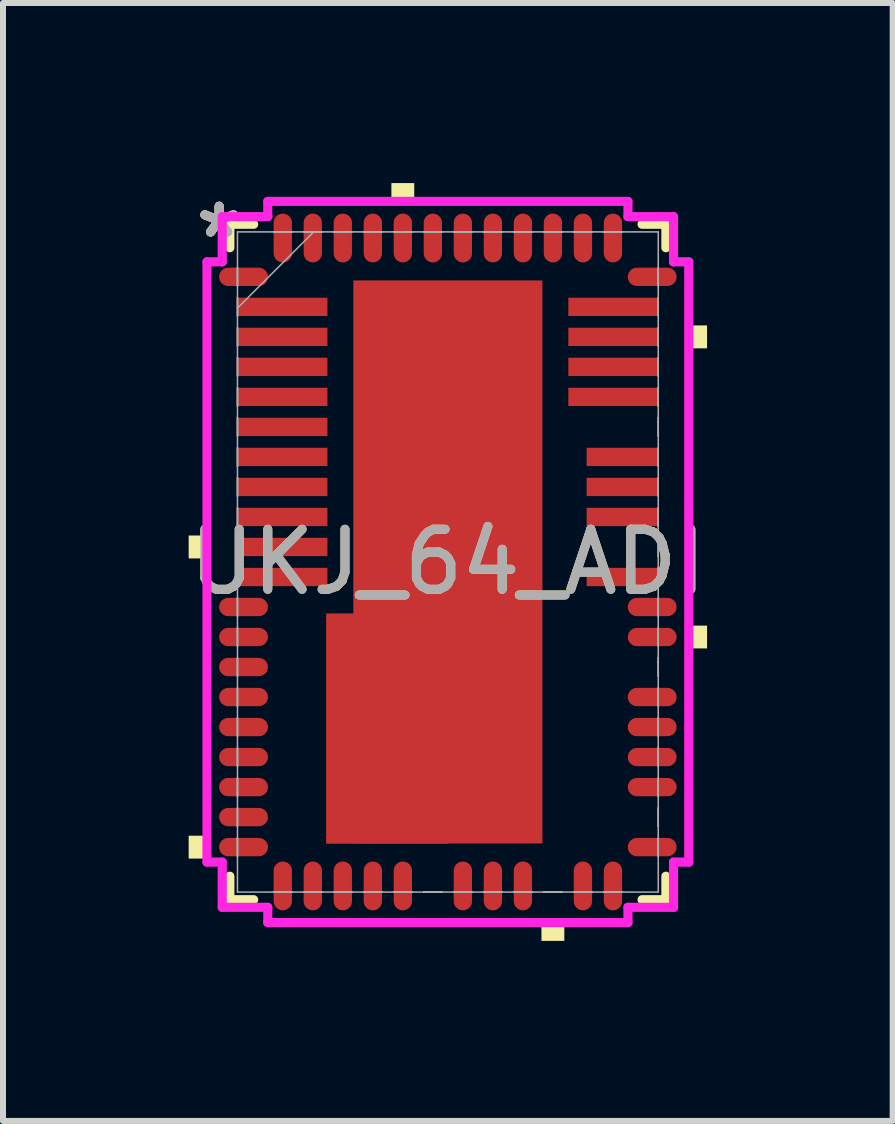
<source format=kicad_pcb>
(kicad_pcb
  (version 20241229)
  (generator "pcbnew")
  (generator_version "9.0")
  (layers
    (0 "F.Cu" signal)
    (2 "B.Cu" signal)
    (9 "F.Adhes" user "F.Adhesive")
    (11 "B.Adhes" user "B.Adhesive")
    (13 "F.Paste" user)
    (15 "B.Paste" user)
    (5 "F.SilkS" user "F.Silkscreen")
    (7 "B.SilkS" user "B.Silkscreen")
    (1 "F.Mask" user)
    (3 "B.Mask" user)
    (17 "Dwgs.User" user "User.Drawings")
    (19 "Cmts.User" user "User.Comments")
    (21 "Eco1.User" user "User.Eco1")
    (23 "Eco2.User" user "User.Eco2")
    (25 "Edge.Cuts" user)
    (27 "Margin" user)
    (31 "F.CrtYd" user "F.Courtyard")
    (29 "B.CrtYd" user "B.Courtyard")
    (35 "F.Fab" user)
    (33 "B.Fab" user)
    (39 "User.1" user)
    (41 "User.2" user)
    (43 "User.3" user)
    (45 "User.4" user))
  (footprint "UKJ_64_ADI"
    (layer "F.Cu")
    (at 4.411 6.312)
    (property "Reference" "UKJ_64_ADI" (at 0 0 0) (unlocked yes) (layer "F.SilkS") (effects (font (size 1 1) (thickness 0.15))))
    (attr smd)
    (fp_poly (pts (xy -2.028 0.857) (xy 0.004 0.857) (xy 0.004 4.693) (xy -2.028 4.693)) (stroke (width 0) (type solid)) (fill yes) (layer "F.Cu"))
    (fp_poly (pts (xy -1.575 -4.69) (xy 1.575 -4.69) (xy 1.575 4.69) (xy -1.575 4.69)) (stroke (width 0) (type solid)) (fill yes) (layer "F.Cu"))
    (fp_poly (pts (xy -2.028 0.857) (xy 0.004 0.857) (xy 0.004 4.693) (xy -2.028 4.693)) (stroke (width 0) (type solid)) (fill yes) (layer "F.Mask"))
    (fp_poly (pts (xy -1.575 -4.69) (xy 1.575 -4.69) (xy 1.575 4.69) (xy -1.575 4.69)) (stroke (width 0) (type solid)) (fill yes) (layer "F.Mask"))
    (fp_line (start -3.632 -5.626) (end -3.632 -5.235) (stroke (width 0.152) (type solid)) (layer "F.SilkS"))
    (fp_line (start -3.632 5.235) (end -3.632 5.626) (stroke (width 0.152) (type solid)) (layer "F.SilkS"))
    (fp_line (start -3.632 5.626) (end -3.235 5.626) (stroke (width 0.152) (type solid)) (layer "F.SilkS"))
    (fp_line (start -3.235 -5.626) (end -3.632 -5.626) (stroke (width 0.152) (type solid)) (layer "F.SilkS"))
    (fp_line (start 3.235 5.626) (end 3.632 5.626) (stroke (width 0.152) (type solid)) (layer "F.SilkS"))
    (fp_line (start 3.632 -5.626) (end 3.235 -5.626) (stroke (width 0.152) (type solid)) (layer "F.SilkS"))
    (fp_line (start 3.632 -5.235) (end 3.632 -5.626) (stroke (width 0.152) (type solid)) (layer "F.SilkS"))
    (fp_line (start 3.632 5.626) (end 3.632 5.235) (stroke (width 0.152) (type solid)) (layer "F.SilkS"))
    (fp_poly (pts (xy -4.318 -0.441) (xy -4.318 -0.059) (xy -4.064 -0.059) (xy -4.064 -0.441)) (stroke (width 0) (type solid)) (fill yes) (layer "F.SilkS"))
    (fp_poly (pts (xy -4.318 4.56) (xy -4.318 4.941) (xy -4.064 4.941) (xy -4.064 4.56)) (stroke (width 0) (type solid)) (fill yes) (layer "F.SilkS"))
    (fp_poly (pts (xy -0.941 -6.058) (xy -0.941 -6.312) (xy -0.56 -6.312) (xy -0.56 -6.058)) (stroke (width 0) (type solid)) (fill yes) (layer "F.SilkS"))
    (fp_poly (pts (xy 1.559 6.058) (xy 1.559 6.312) (xy 1.94 6.312) (xy 1.94 6.058)) (stroke (width 0) (type solid)) (fill yes) (layer "F.SilkS"))
    (fp_poly (pts (xy 4.318 -3.941) (xy 4.318 -3.559) (xy 4.064 -3.559) (xy 4.064 -3.941)) (stroke (width 0) (type solid)) (fill yes) (layer "F.SilkS"))
    (fp_poly (pts (xy 4.318 1.06) (xy 4.318 1.44) (xy 4.064 1.44) (xy 4.064 1.06)) (stroke (width 0) (type solid)) (fill yes) (layer "F.SilkS"))
    (fp_poly (pts (xy -2.028 0.857) (xy 0.004 0.857) (xy 0.004 4.693) (xy -2.028 4.693)) (stroke (width 0) (type solid)) (fill yes) (layer "F.Paste"))
    (fp_poly (pts (xy -1.575 -4.69) (xy 1.575 -4.69) (xy 1.575 4.69) (xy -1.575 4.69)) (stroke (width 0) (type solid)) (fill yes) (layer "F.Paste"))
    (fp_line (start -4.013 -5) (end -3.759 -5) (stroke (width 0.152) (type solid)) (layer "F.CrtYd"))
    (fp_line (start -4.013 5) (end -4.013 -5) (stroke (width 0.152) (type solid)) (layer "F.CrtYd"))
    (fp_line (start -3.759 -5.753) (end -3 -5.753) (stroke (width 0.152) (type solid)) (layer "F.CrtYd"))
    (fp_line (start -3.759 -5) (end -3.759 -5.753) (stroke (width 0.152) (type solid)) (layer "F.CrtYd"))
    (fp_line (start -3.759 5) (end -4.013 5) (stroke (width 0.152) (type solid)) (layer "F.CrtYd"))
    (fp_line (start -3.759 5.753) (end -3.759 5) (stroke (width 0.152) (type solid)) (layer "F.CrtYd"))
    (fp_line (start -3 -6.007) (end 3 -6.007) (stroke (width 0.152) (type solid)) (layer "F.CrtYd"))
    (fp_line (start -3 -5.753) (end -3 -6.007) (stroke (width 0.152) (type solid)) (layer "F.CrtYd"))
    (fp_line (start -3 5.753) (end -3.759 5.753) (stroke (width 0.152) (type solid)) (layer "F.CrtYd"))
    (fp_line (start -3 6.007) (end -3 5.753) (stroke (width 0.152) (type solid)) (layer "F.CrtYd"))
    (fp_line (start 3 -6.007) (end 3 -5.753) (stroke (width 0.152) (type solid)) (layer "F.CrtYd"))
    (fp_line (start 3 -5.753) (end 3.759 -5.753) (stroke (width 0.152) (type solid)) (layer "F.CrtYd"))
    (fp_line (start 3 5.753) (end 3 6.007) (stroke (width 0.152) (type solid)) (layer "F.CrtYd"))
    (fp_line (start 3 6.007) (end -3 6.007) (stroke (width 0.152) (type solid)) (layer "F.CrtYd"))
    (fp_line (start 3.759 -5.753) (end 3.759 -5) (stroke (width 0.152) (type solid)) (layer "F.CrtYd"))
    (fp_line (start 3.759 -5) (end 4.013 -5) (stroke (width 0.152) (type solid)) (layer "F.CrtYd"))
    (fp_line (start 3.759 5) (end 3.759 5.753) (stroke (width 0.152) (type solid)) (layer "F.CrtYd"))
    (fp_line (start 3.759 5.753) (end 3 5.753) (stroke (width 0.152) (type solid)) (layer "F.CrtYd"))
    (fp_line (start 4.013 -5) (end 4.013 5) (stroke (width 0.152) (type solid)) (layer "F.CrtYd"))
    (fp_line (start 4.013 5) (end 3.759 5) (stroke (width 0.152) (type solid)) (layer "F.CrtYd"))
    (fp_line (start -3.505 -5.499) (end -3.505 5.499) (stroke (width 0.025) (type solid)) (layer "F.Fab"))
    (fp_line (start -3.505 -4.902) (end -3.505 -4.902) (stroke (width 0.025) (type solid)) (layer "F.Fab"))
    (fp_line (start -3.505 -4.902) (end -3.505 -4.598) (stroke (width 0.025) (type solid)) (layer "F.Fab"))
    (fp_line (start -3.505 -4.598) (end -3.505 -4.902) (stroke (width 0.025) (type solid)) (layer "F.Fab"))
    (fp_line (start -3.505 -4.598) (end -3.505 -4.598) (stroke (width 0.025) (type solid)) (layer "F.Fab"))
    (fp_line (start -3.505 -4.402) (end -3.505 -4.402) (stroke (width 0.025) (type solid)) (layer "F.Fab"))
    (fp_line (start -3.505 -4.402) (end -3.505 -4.098) (stroke (width 0.025) (type solid)) (layer "F.Fab"))
    (fp_line (start -3.505 -4.229) (end -2.235 -5.499) (stroke (width 0.025) (type solid)) (layer "F.Fab"))
    (fp_line (start -3.505 -4.098) (end -3.505 -4.402) (stroke (width 0.025) (type solid)) (layer "F.Fab"))
    (fp_line (start -3.505 -4.098) (end -3.505 -4.098) (stroke (width 0.025) (type solid)) (layer "F.Fab"))
    (fp_line (start -3.505 -3.902) (end -3.505 -3.902) (stroke (width 0.025) (type solid)) (layer "F.Fab"))
    (fp_line (start -3.505 -3.902) (end -3.505 -3.598) (stroke (width 0.025) (type solid)) (layer "F.Fab"))
    (fp_line (start -3.505 -3.598) (end -3.505 -3.902) (stroke (width 0.025) (type solid)) (layer "F.Fab"))
    (fp_line (start -3.505 -3.598) (end -3.505 -3.598) (stroke (width 0.025) (type solid)) (layer "F.Fab"))
    (fp_line (start -3.505 -3.402) (end -3.505 -3.402) (stroke (width 0.025) (type solid)) (layer "F.Fab"))
    (fp_line (start -3.505 -3.402) (end -3.505 -3.098) (stroke (width 0.025) (type solid)) (layer "F.Fab"))
    (fp_line (start -3.505 -3.098) (end -3.505 -3.402) (stroke (width 0.025) (type solid)) (layer "F.Fab"))
    (fp_line (start -3.505 -3.098) (end -3.505 -3.098) (stroke (width 0.025) (type solid)) (layer "F.Fab"))
    (fp_line (start -3.505 -2.902) (end -3.505 -2.902) (stroke (width 0.025) (type solid)) (layer "F.Fab"))
    (fp_line (start -3.505 -2.902) (end -3.505 -2.598) (stroke (width 0.025) (type solid)) (layer "F.Fab"))
    (fp_line (start -3.505 -2.598) (end -3.505 -2.902) (stroke (width 0.025) (type solid)) (layer "F.Fab"))
    (fp_line (start -3.505 -2.598) (end -3.505 -2.598) (stroke (width 0.025) (type solid)) (layer "F.Fab"))
    (fp_line (start -3.505 -2.402) (end -3.505 -2.402) (stroke (width 0.025) (type solid)) (layer "F.Fab"))
    (fp_line (start -3.505 -2.402) (end -3.505 -2.098) (stroke (width 0.025) (type solid)) (layer "F.Fab"))
    (fp_line (start -3.505 -2.098) (end -3.505 -2.402) (stroke (width 0.025) (type solid)) (layer "F.Fab"))
    (fp_line (start -3.505 -2.098) (end -3.505 -2.098) (stroke (width 0.025) (type solid)) (layer "F.Fab"))
    (fp_line (start -3.505 -1.902) (end -3.505 -1.902) (stroke (width 0.025) (type solid)) (layer "F.Fab"))
    (fp_line (start -3.505 -1.902) (end -3.505 -1.598) (stroke (width 0.025) (type solid)) (layer "F.Fab"))
    (fp_line (start -3.505 -1.598) (end -3.505 -1.902) (stroke (width 0.025) (type solid)) (layer "F.Fab"))
    (fp_line (start -3.505 -1.598) (end -3.505 -1.598) (stroke (width 0.025) (type solid)) (layer "F.Fab"))
    (fp_line (start -3.505 -1.402) (end -3.505 -1.402) (stroke (width 0.025) (type solid)) (layer "F.Fab"))
    (fp_line (start -3.505 -1.402) (end -3.505 -1.098) (stroke (width 0.025) (type solid)) (layer "F.Fab"))
    (fp_line (start -3.505 -1.098) (end -3.505 -1.402) (stroke (width 0.025) (type solid)) (layer "F.Fab"))
    (fp_line (start -3.505 -1.098) (end -3.505 -1.098) (stroke (width 0.025) (type solid)) (layer "F.Fab"))
    (fp_line (start -3.505 -0.902) (end -3.505 -0.902) (stroke (width 0.025) (type solid)) (layer "F.Fab"))
    (fp_line (start -3.505 -0.902) (end -3.505 -0.598) (stroke (width 0.025) (type solid)) (layer "F.Fab"))
    (fp_line (start -3.505 -0.598) (end -3.505 -0.902) (stroke (width 0.025) (type solid)) (layer "F.Fab"))
    (fp_line (start -3.505 -0.598) (end -3.505 -0.598) (stroke (width 0.025) (type solid)) (layer "F.Fab"))
    (fp_line (start -3.505 -0.402) (end -3.505 -0.402) (stroke (width 0.025) (type solid)) (layer "F.Fab"))
    (fp_line (start -3.505 -0.402) (end -3.505 -0.098) (stroke (width 0.025) (type solid)) (layer "F.Fab"))
    (fp_line (start -3.505 -0.098) (end -3.505 -0.402) (stroke (width 0.025) (type solid)) (layer "F.Fab"))
    (fp_line (start -3.505 -0.098) (end -3.505 -0.098) (stroke (width 0.025) (type solid)) (layer "F.Fab"))
    (fp_line (start -3.505 0.098) (end -3.505 0.098) (stroke (width 0.025) (type solid)) (layer "F.Fab"))
    (fp_line (start -3.505 0.098) (end -3.505 0.402) (stroke (width 0.025) (type solid)) (layer "F.Fab"))
    (fp_line (start -3.505 0.402) (end -3.505 0.098) (stroke (width 0.025) (type solid)) (layer "F.Fab"))
    (fp_line (start -3.505 0.402) (end -3.505 0.402) (stroke (width 0.025) (type solid)) (layer "F.Fab"))
    (fp_line (start -3.505 0.598) (end -3.505 0.598) (stroke (width 0.025) (type solid)) (layer "F.Fab"))
    (fp_line (start -3.505 0.598) (end -3.505 0.902) (stroke (width 0.025) (type solid)) (layer "F.Fab"))
    (fp_line (start -3.505 0.902) (end -3.505 0.598) (stroke (width 0.025) (type solid)) (layer "F.Fab"))
    (fp_line (start -3.505 0.902) (end -3.505 0.902) (stroke (width 0.025) (type solid)) (layer "F.Fab"))
    (fp_line (start -3.505 1.098) (end -3.505 1.098) (stroke (width 0.025) (type solid)) (layer "F.Fab"))
    (fp_line (start -3.505 1.098) (end -3.505 1.402) (stroke (width 0.025) (type solid)) (layer "F.Fab"))
    (fp_line (start -3.505 1.402) (end -3.505 1.098) (stroke (width 0.025) (type solid)) (layer "F.Fab"))
    (fp_line (start -3.505 1.402) (end -3.505 1.402) (stroke (width 0.025) (type solid)) (layer "F.Fab"))
    (fp_line (start -3.505 1.598) (end -3.505 1.598) (stroke (width 0.025) (type solid)) (layer "F.Fab"))
    (fp_line (start -3.505 1.598) (end -3.505 1.902) (stroke (width 0.025) (type solid)) (layer "F.Fab"))
    (fp_line (start -3.505 1.902) (end -3.505 1.598) (stroke (width 0.025) (type solid)) (layer "F.Fab"))
    (fp_line (start -3.505 1.902) (end -3.505 1.902) (stroke (width 0.025) (type solid)) (layer "F.Fab"))
    (fp_line (start -3.505 2.098) (end -3.505 2.098) (stroke (width 0.025) (type solid)) (layer "F.Fab"))
    (fp_line (start -3.505 2.098) (end -3.505 2.402) (stroke (width 0.025) (type solid)) (layer "F.Fab"))
    (fp_line (start -3.505 2.402) (end -3.505 2.098) (stroke (width 0.025) (type solid)) (layer "F.Fab"))
    (fp_line (start -3.505 2.402) (end -3.505 2.402) (stroke (width 0.025) (type solid)) (layer "F.Fab"))
    (fp_line (start -3.505 2.598) (end -3.505 2.598) (stroke (width 0.025) (type solid)) (layer "F.Fab"))
    (fp_line (start -3.505 2.598) (end -3.505 2.902) (stroke (width 0.025) (type solid)) (layer "F.Fab"))
    (fp_line (start -3.505 2.902) (end -3.505 2.598) (stroke (width 0.025) (type solid)) (layer "F.Fab"))
    (fp_line (start -3.505 2.902) (end -3.505 2.902) (stroke (width 0.025) (type solid)) (layer "F.Fab"))
    (fp_line (start -3.505 3.098) (end -3.505 3.098) (stroke (width 0.025) (type solid)) (layer "F.Fab"))
    (fp_line (start -3.505 3.098) (end -3.505 3.402) (stroke (width 0.025) (type solid)) (layer "F.Fab"))
    (fp_line (start -3.505 3.402) (end -3.505 3.098) (stroke (width 0.025) (type solid)) (layer "F.Fab"))
    (fp_line (start -3.505 3.402) (end -3.505 3.402) (stroke (width 0.025) (type solid)) (layer "F.Fab"))
    (fp_line (start -3.505 3.598) (end -3.505 3.598) (stroke (width 0.025) (type solid)) (layer "F.Fab"))
    (fp_line (start -3.505 3.598) (end -3.505 3.902) (stroke (width 0.025) (type solid)) (layer "F.Fab"))
    (fp_line (start -3.505 3.902) (end -3.505 3.598) (stroke (width 0.025) (type solid)) (layer "F.Fab"))
    (fp_line (start -3.505 3.902) (end -3.505 3.902) (stroke (width 0.025) (type solid)) (layer "F.Fab"))
    (fp_line (start -3.505 4.098) (end -3.505 4.098) (stroke (width 0.025) (type solid)) (layer "F.Fab"))
    (fp_line (start -3.505 4.098) (end -3.505 4.402) (stroke (width 0.025) (type solid)) (layer "F.Fab"))
    (fp_line (start -3.505 4.402) (end -3.505 4.098) (stroke (width 0.025) (type solid)) (layer "F.Fab"))
    (fp_line (start -3.505 4.402) (end -3.505 4.402) (stroke (width 0.025) (type solid)) (layer "F.Fab"))
    (fp_line (start -3.505 4.598) (end -3.505 4.598) (stroke (width 0.025) (type solid)) (layer "F.Fab"))
    (fp_line (start -3.505 4.598) (end -3.505 4.902) (stroke (width 0.025) (type solid)) (layer "F.Fab"))
    (fp_line (start -3.505 4.902) (end -3.505 4.598) (stroke (width 0.025) (type solid)) (layer "F.Fab"))
    (fp_line (start -3.505 4.902) (end -3.505 4.902) (stroke (width 0.025) (type solid)) (layer "F.Fab"))
    (fp_line (start -3.505 5.499) (end 3.505 5.499) (stroke (width 0.025) (type solid)) (layer "F.Fab"))
    (fp_line (start -2.902 -5.499) (end -2.902 -5.499) (stroke (width 0.025) (type solid)) (layer "F.Fab"))
    (fp_line (start -2.902 -5.499) (end -2.598 -5.499) (stroke (width 0.025) (type solid)) (layer "F.Fab"))
    (fp_line (start -2.902 5.499) (end -2.902 5.499) (stroke (width 0.025) (type solid)) (layer "F.Fab"))
    (fp_line (start -2.902 5.499) (end -2.598 5.499) (stroke (width 0.025) (type solid)) (layer "F.Fab"))
    (fp_line (start -2.598 -5.499) (end -2.902 -5.499) (stroke (width 0.025) (type solid)) (layer "F.Fab"))
    (fp_line (start -2.598 -5.499) (end -2.598 -5.499) (stroke (width 0.025) (type solid)) (layer "F.Fab"))
    (fp_line (start -2.598 5.499) (end -2.902 5.499) (stroke (width 0.025) (type solid)) (layer "F.Fab"))
    (fp_line (start -2.598 5.499) (end -2.598 5.499) (stroke (width 0.025) (type solid)) (layer "F.Fab"))
    (fp_line (start -2.402 -5.499) (end -2.402 -5.499) (stroke (width 0.025) (type solid)) (layer "F.Fab"))
    (fp_line (start -2.402 -5.499) (end -2.098 -5.499) (stroke (width 0.025) (type solid)) (layer "F.Fab"))
    (fp_line (start -2.402 5.499) (end -2.402 5.499) (stroke (width 0.025) (type solid)) (layer "F.Fab"))
    (fp_line (start -2.402 5.499) (end -2.098 5.499) (stroke (width 0.025) (type solid)) (layer "F.Fab"))
    (fp_line (start -2.098 -5.499) (end -2.402 -5.499) (stroke (width 0.025) (type solid)) (layer "F.Fab"))
    (fp_line (start -2.098 -5.499) (end -2.098 -5.499) (stroke (width 0.025) (type solid)) (layer "F.Fab"))
    (fp_line (start -2.098 5.499) (end -2.402 5.499) (stroke (width 0.025) (type solid)) (layer "F.Fab"))
    (fp_line (start -2.098 5.499) (end -2.098 5.499) (stroke (width 0.025) (type solid)) (layer "F.Fab"))
    (fp_line (start -1.902 -5.499) (end -1.902 -5.499) (stroke (width 0.025) (type solid)) (layer "F.Fab"))
    (fp_line (start -1.902 -5.499) (end -1.598 -5.499) (stroke (width 0.025) (type solid)) (layer "F.Fab"))
    (fp_line (start -1.902 5.499) (end -1.902 5.499) (stroke (width 0.025) (type solid)) (layer "F.Fab"))
    (fp_line (start -1.902 5.499) (end -1.598 5.499) (stroke (width 0.025) (type solid)) (layer "F.Fab"))
    (fp_line (start -1.598 -5.499) (end -1.902 -5.499) (stroke (width 0.025) (type solid)) (layer "F.Fab"))
    (fp_line (start -1.598 -5.499) (end -1.598 -5.499) (stroke (width 0.025) (type solid)) (layer "F.Fab"))
    (fp_line (start -1.598 5.499) (end -1.902 5.499) (stroke (width 0.025) (type solid)) (layer "F.Fab"))
    (fp_line (start -1.598 5.499) (end -1.598 5.499) (stroke (width 0.025) (type solid)) (layer "F.Fab"))
    (fp_line (start -1.402 -5.499) (end -1.402 -5.499) (stroke (width 0.025) (type solid)) (layer "F.Fab"))
    (fp_line (start -1.402 -5.499) (end -1.098 -5.499) (stroke (width 0.025) (type solid)) (layer "F.Fab"))
    (fp_line (start -1.402 5.499) (end -1.402 5.499) (stroke (width 0.025) (type solid)) (layer "F.Fab"))
    (fp_line (start -1.402 5.499) (end -1.098 5.499) (stroke (width 0.025) (type solid)) (layer "F.Fab"))
    (fp_line (start -1.098 -5.499) (end -1.402 -5.499) (stroke (width 0.025) (type solid)) (layer "F.Fab"))
    (fp_line (start -1.098 -5.499) (end -1.098 -5.499) (stroke (width 0.025) (type solid)) (layer "F.Fab"))
    (fp_line (start -1.098 5.499) (end -1.402 5.499) (stroke (width 0.025) (type solid)) (layer "F.Fab"))
    (fp_line (start -1.098 5.499) (end -1.098 5.499) (stroke (width 0.025) (type solid)) (layer "F.Fab"))
    (fp_line (start -0.902 -5.499) (end -0.902 -5.499) (stroke (width 0.025) (type solid)) (layer "F.Fab"))
    (fp_line (start -0.902 -5.499) (end -0.598 -5.499) (stroke (width 0.025) (type solid)) (layer "F.Fab"))
    (fp_line (start -0.902 5.499) (end -0.902 5.499) (stroke (width 0.025) (type solid)) (layer "F.Fab"))
    (fp_line (start -0.902 5.499) (end -0.598 5.499) (stroke (width 0.025) (type solid)) (layer "F.Fab"))
    (fp_line (start -0.598 -5.499) (end -0.902 -5.499) (stroke (width 0.025) (type solid)) (layer "F.Fab"))
    (fp_line (start -0.598 -5.499) (end -0.598 -5.499) (stroke (width 0.025) (type solid)) (layer "F.Fab"))
    (fp_line (start -0.598 5.499) (end -0.902 5.499) (stroke (width 0.025) (type solid)) (layer "F.Fab"))
    (fp_line (start -0.598 5.499) (end -0.598 5.499) (stroke (width 0.025) (type solid)) (layer "F.Fab"))
    (fp_line (start -0.402 -5.499) (end -0.402 -5.499) (stroke (width 0.025) (type solid)) (layer "F.Fab"))
    (fp_line (start -0.402 -5.499) (end -0.098 -5.499) (stroke (width 0.025) (type solid)) (layer "F.Fab"))
    (fp_line (start -0.402 5.499) (end -0.402 5.499) (stroke (width 0.025) (type solid)) (layer "F.Fab"))
    (fp_line (start -0.402 5.499) (end -0.098 5.499) (stroke (width 0.025) (type solid)) (layer "F.Fab"))
    (fp_line (start -0.098 -5.499) (end -0.402 -5.499) (stroke (width 0.025) (type solid)) (layer "F.Fab"))
    (fp_line (start -0.098 -5.499) (end -0.098 -5.499) (stroke (width 0.025) (type solid)) (layer "F.Fab"))
    (fp_line (start -0.098 5.499) (end -0.402 5.499) (stroke (width 0.025) (type solid)) (layer "F.Fab"))
    (fp_line (start -0.098 5.499) (end -0.098 5.499) (stroke (width 0.025) (type solid)) (layer "F.Fab"))
    (fp_line (start 0.098 -5.499) (end 0.098 -5.499) (stroke (width 0.025) (type solid)) (layer "F.Fab"))
    (fp_line (start 0.098 -5.499) (end 0.402 -5.499) (stroke (width 0.025) (type solid)) (layer "F.Fab"))
    (fp_line (start 0.098 5.499) (end 0.098 5.499) (stroke (width 0.025) (type solid)) (layer "F.Fab"))
    (fp_line (start 0.098 5.499) (end 0.402 5.499) (stroke (width 0.025) (type solid)) (layer "F.Fab"))
    (fp_line (start 0.402 -5.499) (end 0.098 -5.499) (stroke (width 0.025) (type solid)) (layer "F.Fab"))
    (fp_line (start 0.402 -5.499) (end 0.402 -5.499) (stroke (width 0.025) (type solid)) (layer "F.Fab"))
    (fp_line (start 0.402 5.499) (end 0.098 5.499) (stroke (width 0.025) (type solid)) (layer "F.Fab"))
    (fp_line (start 0.402 5.499) (end 0.402 5.499) (stroke (width 0.025) (type solid)) (layer "F.Fab"))
    (fp_line (start 0.598 -5.499) (end 0.598 -5.499) (stroke (width 0.025) (type solid)) (layer "F.Fab"))
    (fp_line (start 0.598 -5.499) (end 0.902 -5.499) (stroke (width 0.025) (type solid)) (layer "F.Fab"))
    (fp_line (start 0.598 5.499) (end 0.598 5.499) (stroke (width 0.025) (type solid)) (layer "F.Fab"))
    (fp_line (start 0.598 5.499) (end 0.902 5.499) (stroke (width 0.025) (type solid)) (layer "F.Fab"))
    (fp_line (start 0.902 -5.499) (end 0.598 -5.499) (stroke (width 0.025) (type solid)) (layer "F.Fab"))
    (fp_line (start 0.902 -5.499) (end 0.902 -5.499) (stroke (width 0.025) (type solid)) (layer "F.Fab"))
    (fp_line (start 0.902 5.499) (end 0.598 5.499) (stroke (width 0.025) (type solid)) (layer "F.Fab"))
    (fp_line (start 0.902 5.499) (end 0.902 5.499) (stroke (width 0.025) (type solid)) (layer "F.Fab"))
    (fp_line (start 1.098 -5.499) (end 1.098 -5.499) (stroke (width 0.025) (type solid)) (layer "F.Fab"))
    (fp_line (start 1.098 -5.499) (end 1.402 -5.499) (stroke (width 0.025) (type solid)) (layer "F.Fab"))
    (fp_line (start 1.098 5.499) (end 1.098 5.499) (stroke (width 0.025) (type solid)) (layer "F.Fab"))
    (fp_line (start 1.098 5.499) (end 1.402 5.499) (stroke (width 0.025) (type solid)) (layer "F.Fab"))
    (fp_line (start 1.402 -5.499) (end 1.098 -5.499) (stroke (width 0.025) (type solid)) (layer "F.Fab"))
    (fp_line (start 1.402 -5.499) (end 1.402 -5.499) (stroke (width 0.025) (type solid)) (layer "F.Fab"))
    (fp_line (start 1.402 5.499) (end 1.098 5.499) (stroke (width 0.025) (type solid)) (layer "F.Fab"))
    (fp_line (start 1.402 5.499) (end 1.402 5.499) (stroke (width 0.025) (type solid)) (layer "F.Fab"))
    (fp_line (start 1.598 -5.499) (end 1.598 -5.499) (stroke (width 0.025) (type solid)) (layer "F.Fab"))
    (fp_line (start 1.598 -5.499) (end 1.902 -5.499) (stroke (width 0.025) (type solid)) (layer "F.Fab"))
    (fp_line (start 1.598 5.499) (end 1.598 5.499) (stroke (width 0.025) (type solid)) (layer "F.Fab"))
    (fp_line (start 1.598 5.499) (end 1.902 5.499) (stroke (width 0.025) (type solid)) (layer "F.Fab"))
    (fp_line (start 1.902 -5.499) (end 1.598 -5.499) (stroke (width 0.025) (type solid)) (layer "F.Fab"))
    (fp_line (start 1.902 -5.499) (end 1.902 -5.499) (stroke (width 0.025) (type solid)) (layer "F.Fab"))
    (fp_line (start 1.902 5.499) (end 1.598 5.499) (stroke (width 0.025) (type solid)) (layer "F.Fab"))
    (fp_line (start 1.902 5.499) (end 1.902 5.499) (stroke (width 0.025) (type solid)) (layer "F.Fab"))
    (fp_line (start 2.098 -5.499) (end 2.098 -5.499) (stroke (width 0.025) (type solid)) (layer "F.Fab"))
    (fp_line (start 2.098 -5.499) (end 2.402 -5.499) (stroke (width 0.025) (type solid)) (layer "F.Fab"))
    (fp_line (start 2.098 5.499) (end 2.098 5.499) (stroke (width 0.025) (type solid)) (layer "F.Fab"))
    (fp_line (start 2.098 5.499) (end 2.402 5.499) (stroke (width 0.025) (type solid)) (layer "F.Fab"))
    (fp_line (start 2.402 -5.499) (end 2.098 -5.499) (stroke (width 0.025) (type solid)) (layer "F.Fab"))
    (fp_line (start 2.402 -5.499) (end 2.402 -5.499) (stroke (width 0.025) (type solid)) (layer "F.Fab"))
    (fp_line (start 2.402 5.499) (end 2.098 5.499) (stroke (width 0.025) (type solid)) (layer "F.Fab"))
    (fp_line (start 2.402 5.499) (end 2.402 5.499) (stroke (width 0.025) (type solid)) (layer "F.Fab"))
    (fp_line (start 2.598 -5.499) (end 2.598 -5.499) (stroke (width 0.025) (type solid)) (layer "F.Fab"))
    (fp_line (start 2.598 -5.499) (end 2.902 -5.499) (stroke (width 0.025) (type solid)) (layer "F.Fab"))
    (fp_line (start 2.598 5.499) (end 2.598 5.499) (stroke (width 0.025) (type solid)) (layer "F.Fab"))
    (fp_line (start 2.598 5.499) (end 2.902 5.499) (stroke (width 0.025) (type solid)) (layer "F.Fab"))
    (fp_line (start 2.902 -5.499) (end 2.598 -5.499) (stroke (width 0.025) (type solid)) (layer "F.Fab"))
    (fp_line (start 2.902 -5.499) (end 2.902 -5.499) (stroke (width 0.025) (type solid)) (layer "F.Fab"))
    (fp_line (start 2.902 5.499) (end 2.598 5.499) (stroke (width 0.025) (type solid)) (layer "F.Fab"))
    (fp_line (start 2.902 5.499) (end 2.902 5.499) (stroke (width 0.025) (type solid)) (layer "F.Fab"))
    (fp_line (start 3.505 -5.499) (end -3.505 -5.499) (stroke (width 0.025) (type solid)) (layer "F.Fab"))
    (fp_line (start 3.505 -4.902) (end 3.505 -4.902) (stroke (width 0.025) (type solid)) (layer "F.Fab"))
    (fp_line (start 3.505 -4.902) (end 3.505 -4.598) (stroke (width 0.025) (type solid)) (layer "F.Fab"))
    (fp_line (start 3.505 -4.598) (end 3.505 -4.902) (stroke (width 0.025) (type solid)) (layer "F.Fab"))
    (fp_line (start 3.505 -4.598) (end 3.505 -4.598) (stroke (width 0.025) (type solid)) (layer "F.Fab"))
    (fp_line (start 3.505 -4.402) (end 3.505 -4.402) (stroke (width 0.025) (type solid)) (layer "F.Fab"))
    (fp_line (start 3.505 -4.402) (end 3.505 -4.098) (stroke (width 0.025) (type solid)) (layer "F.Fab"))
    (fp_line (start 3.505 -4.098) (end 3.505 -4.402) (stroke (width 0.025) (type solid)) (layer "F.Fab"))
    (fp_line (start 3.505 -4.098) (end 3.505 -4.098) (stroke (width 0.025) (type solid)) (layer "F.Fab"))
    (fp_line (start 3.505 -3.902) (end 3.505 -3.902) (stroke (width 0.025) (type solid)) (layer "F.Fab"))
    (fp_line (start 3.505 -3.902) (end 3.505 -3.598) (stroke (width 0.025) (type solid)) (layer "F.Fab"))
    (fp_line (start 3.505 -3.598) (end 3.505 -3.902) (stroke (width 0.025) (type solid)) (layer "F.Fab"))
    (fp_line (start 3.505 -3.598) (end 3.505 -3.598) (stroke (width 0.025) (type solid)) (layer "F.Fab"))
    (fp_line (start 3.505 -3.402) (end 3.505 -3.402) (stroke (width 0.025) (type solid)) (layer "F.Fab"))
    (fp_line (start 3.505 -3.402) (end 3.505 -3.098) (stroke (width 0.025) (type solid)) (layer "F.Fab"))
    (fp_line (start 3.505 -3.098) (end 3.505 -3.402) (stroke (width 0.025) (type solid)) (layer "F.Fab"))
    (fp_line (start 3.505 -3.098) (end 3.505 -3.098) (stroke (width 0.025) (type solid)) (layer "F.Fab"))
    (fp_line (start 3.505 -2.902) (end 3.505 -2.902) (stroke (width 0.025) (type solid)) (layer "F.Fab"))
    (fp_line (start 3.505 -2.902) (end 3.505 -2.598) (stroke (width 0.025) (type solid)) (layer "F.Fab"))
    (fp_line (start 3.505 -2.598) (end 3.505 -2.902) (stroke (width 0.025) (type solid)) (layer "F.Fab"))
    (fp_line (start 3.505 -2.598) (end 3.505 -2.598) (stroke (width 0.025) (type solid)) (layer "F.Fab"))
    (fp_line (start 3.505 -2.402) (end 3.505 -2.402) (stroke (width 0.025) (type solid)) (layer "F.Fab"))
    (fp_line (start 3.505 -2.402) (end 3.505 -2.098) (stroke (width 0.025) (type solid)) (layer "F.Fab"))
    (fp_line (start 3.505 -2.098) (end 3.505 -2.402) (stroke (width 0.025) (type solid)) (layer "F.Fab"))
    (fp_line (start 3.505 -2.098) (end 3.505 -2.098) (stroke (width 0.025) (type solid)) (layer "F.Fab"))
    (fp_line (start 3.505 -1.902) (end 3.505 -1.902) (stroke (width 0.025) (type solid)) (layer "F.Fab"))
    (fp_line (start 3.505 -1.902) (end 3.505 -1.598) (stroke (width 0.025) (type solid)) (layer "F.Fab"))
    (fp_line (start 3.505 -1.598) (end 3.505 -1.902) (stroke (width 0.025) (type solid)) (layer "F.Fab"))
    (fp_line (start 3.505 -1.598) (end 3.505 -1.598) (stroke (width 0.025) (type solid)) (layer "F.Fab"))
    (fp_line (start 3.505 -1.402) (end 3.505 -1.402) (stroke (width 0.025) (type solid)) (layer "F.Fab"))
    (fp_line (start 3.505 -1.402) (end 3.505 -1.098) (stroke (width 0.025) (type solid)) (layer "F.Fab"))
    (fp_line (start 3.505 -1.098) (end 3.505 -1.402) (stroke (width 0.025) (type solid)) (layer "F.Fab"))
    (fp_line (start 3.505 -1.098) (end 3.505 -1.098) (stroke (width 0.025) (type solid)) (layer "F.Fab"))
    (fp_line (start 3.505 -0.902) (end 3.505 -0.902) (stroke (width 0.025) (type solid)) (layer "F.Fab"))
    (fp_line (start 3.505 -0.902) (end 3.505 -0.598) (stroke (width 0.025) (type solid)) (layer "F.Fab"))
    (fp_line (start 3.505 -0.598) (end 3.505 -0.902) (stroke (width 0.025) (type solid)) (layer "F.Fab"))
    (fp_line (start 3.505 -0.598) (end 3.505 -0.598) (stroke (width 0.025) (type solid)) (layer "F.Fab"))
    (fp_line (start 3.505 -0.402) (end 3.505 -0.402) (stroke (width 0.025) (type solid)) (layer "F.Fab"))
    (fp_line (start 3.505 -0.402) (end 3.505 -0.098) (stroke (width 0.025) (type solid)) (layer "F.Fab"))
    (fp_line (start 3.505 -0.098) (end 3.505 -0.402) (stroke (width 0.025) (type solid)) (layer "F.Fab"))
    (fp_line (start 3.505 -0.098) (end 3.505 -0.098) (stroke (width 0.025) (type solid)) (layer "F.Fab"))
    (fp_line (start 3.505 0.098) (end 3.505 0.098) (stroke (width 0.025) (type solid)) (layer "F.Fab"))
    (fp_line (start 3.505 0.098) (end 3.505 0.402) (stroke (width 0.025) (type solid)) (layer "F.Fab"))
    (fp_line (start 3.505 0.402) (end 3.505 0.098) (stroke (width 0.025) (type solid)) (layer "F.Fab"))
    (fp_line (start 3.505 0.402) (end 3.505 0.402) (stroke (width 0.025) (type solid)) (layer "F.Fab"))
    (fp_line (start 3.505 0.598) (end 3.505 0.598) (stroke (width 0.025) (type solid)) (layer "F.Fab"))
    (fp_line (start 3.505 0.598) (end 3.505 0.902) (stroke (width 0.025) (type solid)) (layer "F.Fab"))
    (fp_line (start 3.505 0.902) (end 3.505 0.598) (stroke (width 0.025) (type solid)) (layer "F.Fab"))
    (fp_line (start 3.505 0.902) (end 3.505 0.902) (stroke (width 0.025) (type solid)) (layer "F.Fab"))
    (fp_line (start 3.505 1.098) (end 3.505 1.098) (stroke (width 0.025) (type solid)) (layer "F.Fab"))
    (fp_line (start 3.505 1.098) (end 3.505 1.402) (stroke (width 0.025) (type solid)) (layer "F.Fab"))
    (fp_line (start 3.505 1.402) (end 3.505 1.098) (stroke (width 0.025) (type solid)) (layer "F.Fab"))
    (fp_line (start 3.505 1.402) (end 3.505 1.402) (stroke (width 0.025) (type solid)) (layer "F.Fab"))
    (fp_line (start 3.505 1.598) (end 3.505 1.598) (stroke (width 0.025) (type solid)) (layer "F.Fab"))
    (fp_line (start 3.505 1.598) (end 3.505 1.902) (stroke (width 0.025) (type solid)) (layer "F.Fab"))
    (fp_line (start 3.505 1.902) (end 3.505 1.598) (stroke (width 0.025) (type solid)) (layer "F.Fab"))
    (fp_line (start 3.505 1.902) (end 3.505 1.902) (stroke (width 0.025) (type solid)) (layer "F.Fab"))
    (fp_line (start 3.505 2.098) (end 3.505 2.098) (stroke (width 0.025) (type solid)) (layer "F.Fab"))
    (fp_line (start 3.505 2.098) (end 3.505 2.402) (stroke (width 0.025) (type solid)) (layer "F.Fab"))
    (fp_line (start 3.505 2.402) (end 3.505 2.098) (stroke (width 0.025) (type solid)) (layer "F.Fab"))
    (fp_line (start 3.505 2.402) (end 3.505 2.402) (stroke (width 0.025) (type solid)) (layer "F.Fab"))
    (fp_line (start 3.505 2.598) (end 3.505 2.598) (stroke (width 0.025) (type solid)) (layer "F.Fab"))
    (fp_line (start 3.505 2.598) (end 3.505 2.902) (stroke (width 0.025) (type solid)) (layer "F.Fab"))
    (fp_line (start 3.505 2.902) (end 3.505 2.598) (stroke (width 0.025) (type solid)) (layer "F.Fab"))
    (fp_line (start 3.505 2.902) (end 3.505 2.902) (stroke (width 0.025) (type solid)) (layer "F.Fab"))
    (fp_line (start 3.505 3.098) (end 3.505 3.098) (stroke (width 0.025) (type solid)) (layer "F.Fab"))
    (fp_line (start 3.505 3.098) (end 3.505 3.402) (stroke (width 0.025) (type solid)) (layer "F.Fab"))
    (fp_line (start 3.505 3.402) (end 3.505 3.098) (stroke (width 0.025) (type solid)) (layer "F.Fab"))
    (fp_line (start 3.505 3.402) (end 3.505 3.402) (stroke (width 0.025) (type solid)) (layer "F.Fab"))
    (fp_line (start 3.505 3.598) (end 3.505 3.598) (stroke (width 0.025) (type solid)) (layer "F.Fab"))
    (fp_line (start 3.505 3.598) (end 3.505 3.902) (stroke (width 0.025) (type solid)) (layer "F.Fab"))
    (fp_line (start 3.505 3.902) (end 3.505 3.598) (stroke (width 0.025) (type solid)) (layer "F.Fab"))
    (fp_line (start 3.505 3.902) (end 3.505 3.902) (stroke (width 0.025) (type solid)) (layer "F.Fab"))
    (fp_line (start 3.505 4.098) (end 3.505 4.098) (stroke (width 0.025) (type solid)) (layer "F.Fab"))
    (fp_line (start 3.505 4.098) (end 3.505 4.402) (stroke (width 0.025) (type solid)) (layer "F.Fab"))
    (fp_line (start 3.505 4.402) (end 3.505 4.098) (stroke (width 0.025) (type solid)) (layer "F.Fab"))
    (fp_line (start 3.505 4.402) (end 3.505 4.402) (stroke (width 0.025) (type solid)) (layer "F.Fab"))
    (fp_line (start 3.505 4.598) (end 3.505 4.598) (stroke (width 0.025) (type solid)) (layer "F.Fab"))
    (fp_line (start 3.505 4.598) (end 3.505 4.902) (stroke (width 0.025) (type solid)) (layer "F.Fab"))
    (fp_line (start 3.505 4.902) (end 3.505 4.598) (stroke (width 0.025) (type solid)) (layer "F.Fab"))
    (fp_line (start 3.505 4.902) (end 3.505 4.902) (stroke (width 0.025) (type solid)) (layer "F.Fab"))
    (fp_line (start 3.505 5.499) (end 3.505 -5.499) (stroke (width 0.025) (type solid)) (layer "F.Fab"))
    (fp_text user "*" (at -3.81 -5.381 0) (layer "F.SilkS") (effects (font (size 1 1) (thickness 0.15))))
    (fp_text user "*" (at -3.81 -5.381 0) (unlocked yes) (layer "F.SilkS") (effects (font (size 1 1) (thickness 0.15))))
    (fp_text user "*" (at -3.81 -5.381 0) (unlocked yes) (layer "F.Fab") (effects (font (size 1 1) (thickness 0.15))))
    (fp_text user "*" (at -3.81 -5.381 0) (layer "F.Fab") (effects (font (size 1 1) (thickness 0.15))))
    (fp_text user "${REFERENCE}" (at 0 0 0) (unlocked yes) (layer "F.Fab") (effects (font (size 1 1) (thickness 0.15))))
    (pad "1" smd oval (at -3.404 -4.75 90) (size 0.305 0.813) (layers "F.Cu" "F.Mask" "F.Paste"))
    (pad "2" smd rect (at -2.756 -4.25 90) (size 0.305 1.499) (layers "F.Cu" "F.Mask" "F.Paste"))
    (pad "3" smd rect (at -2.756 -3.75 90) (size 0.305 1.499) (layers "F.Cu" "F.Mask" "F.Paste"))
    (pad "4" smd rect (at -2.756 -3.25 90) (size 0.305 1.499) (layers "F.Cu" "F.Mask" "F.Paste"))
    (pad "5" smd rect (at -2.756 -2.75 90) (size 0.305 1.499) (layers "F.Cu" "F.Mask" "F.Paste"))
    (pad "6" smd rect (at -2.756 -2.25 90) (size 0.305 1.499) (layers "F.Cu" "F.Mask" "F.Paste"))
    (pad "7" smd rect (at -2.756 -1.75 90) (size 0.305 1.499) (layers "F.Cu" "F.Mask" "F.Paste"))
    (pad "8" smd rect (at -2.756 -1.25 90) (size 0.305 1.499) (layers "F.Cu" "F.Mask" "F.Paste"))
    (pad "9" smd rect (at -2.756 -0.75 90) (size 0.305 1.499) (layers "F.Cu" "F.Mask" "F.Paste"))
    (pad "10" smd rect (at -2.756 -0.25 90) (size 0.305 1.499) (layers "F.Cu" "F.Mask" "F.Paste"))
    (pad "11" smd rect (at -2.756 0.25 90) (size 0.305 1.499) (layers "F.Cu" "F.Mask" "F.Paste"))
    (pad "12" smd oval (at -3.404 0.75 90) (size 0.305 0.813) (layers "F.Cu" "F.Mask" "F.Paste"))
    (pad "13" smd oval (at -3.404 1.25 90) (size 0.305 0.813) (layers "F.Cu" "F.Mask" "F.Paste"))
    (pad "14" smd oval (at -3.404 1.75 90) (size 0.305 0.813) (layers "F.Cu" "F.Mask" "F.Paste"))
    (pad "15" smd oval (at -3.404 2.25 90) (size 0.305 0.813) (layers "F.Cu" "F.Mask" "F.Paste"))
    (pad "16" smd oval (at -3.404 2.75 90) (size 0.305 0.813) (layers "F.Cu" "F.Mask" "F.Paste"))
    (pad "17" smd oval (at -3.404 3.25 90) (size 0.305 0.813) (layers "F.Cu" "F.Mask" "F.Paste"))
    (pad "18" smd oval (at -3.404 3.75 90) (size 0.305 0.813) (layers "F.Cu" "F.Mask" "F.Paste"))
    (pad "19" smd oval (at -3.404 4.25 90) (size 0.305 0.813) (layers "F.Cu" "F.Mask" "F.Paste"))
    (pad "20" smd oval (at -3.404 4.75 90) (size 0.305 0.813) (layers "F.Cu" "F.Mask" "F.Paste"))
    (pad "21" smd oval (at -2.75 5.397) (size 0.305 0.813) (layers "F.Cu" "F.Mask" "F.Paste"))
    (pad "22" smd oval (at -2.25 5.397) (size 0.305 0.813) (layers "F.Cu" "F.Mask" "F.Paste"))
    (pad "23" smd oval (at -1.75 5.397) (size 0.305 0.813) (layers "F.Cu" "F.Mask" "F.Paste"))
    (pad "24" smd oval (at -1.25 5.397) (size 0.305 0.813) (layers "F.Cu" "F.Mask" "F.Paste"))
    (pad "25" smd oval (at -0.75 5.397) (size 0.305 0.813) (layers "F.Cu" "F.Mask" "F.Paste"))
    (pad "27" smd oval (at 0.25 5.397) (size 0.305 0.813) (layers "F.Cu" "F.Mask" "F.Paste"))
    (pad "28" smd oval (at 0.75 5.397) (size 0.305 0.813) (layers "F.Cu" "F.Mask" "F.Paste"))
    (pad "29" smd oval (at 1.25 5.397) (size 0.305 0.813) (layers "F.Cu" "F.Mask" "F.Paste"))
    (pad "31" smd oval (at 2.25 5.397) (size 0.305 0.813) (layers "F.Cu" "F.Mask" "F.Paste"))
    (pad "32" smd oval (at 2.75 5.397) (size 0.305 0.813) (layers "F.Cu" "F.Mask" "F.Paste"))
    (pad "33" smd oval (at 3.404 4.75 90) (size 0.305 0.813) (layers "F.Cu" "F.Mask" "F.Paste"))
    (pad "35" smd oval (at 3.404 3.75 90) (size 0.305 0.813) (layers "F.Cu" "F.Mask" "F.Paste"))
    (pad "36" smd oval (at 3.404 3.25 90) (size 0.305 0.813) (layers "F.Cu" "F.Mask" "F.Paste"))
    (pad "37" smd oval (at 3.404 2.75 90) (size 0.305 0.813) (layers "F.Cu" "F.Mask" "F.Paste"))
    (pad "38" smd oval (at 3.404 2.25 90) (size 0.305 0.813) (layers "F.Cu" "F.Mask" "F.Paste"))
    (pad "40" smd oval (at 3.404 1.25 90) (size 0.305 0.813) (layers "F.Cu" "F.Mask" "F.Paste"))
    (pad "41" smd oval (at 3.404 0.75 90) (size 0.305 0.813) (layers "F.Cu" "F.Mask" "F.Paste"))
    (pad "42" smd rect (at 2.909 0.25 90) (size 0.305 1.194) (layers "F.Cu" "F.Mask" "F.Paste"))
    (pad "44" smd rect (at 2.909 -0.75 90) (size 0.305 1.194) (layers "F.Cu" "F.Mask" "F.Paste"))
    (pad "45" smd rect (at 2.909 -1.25 90) (size 0.305 1.194) (layers "F.Cu" "F.Mask" "F.Paste"))
    (pad "46" smd rect (at 2.909 -1.75 90) (size 0.305 1.194) (layers "F.Cu" "F.Mask" "F.Paste"))
    (pad "48" smd rect (at 2.756 -2.75 90) (size 0.305 1.499) (layers "F.Cu" "F.Mask" "F.Paste"))
    (pad "49" smd rect (at 2.756 -3.25 90) (size 0.305 1.499) (layers "F.Cu" "F.Mask" "F.Paste"))
    (pad "50" smd rect (at 2.756 -3.75 90) (size 0.305 1.499) (layers "F.Cu" "F.Mask" "F.Paste"))
    (pad "51" smd rect (at 2.756 -4.25 90) (size 0.305 1.499) (layers "F.Cu" "F.Mask" "F.Paste"))
    (pad "52" smd oval (at 3.404 -4.75 90) (size 0.305 0.813) (layers "F.Cu" "F.Mask" "F.Paste"))
    (pad "53" smd oval (at 2.75 -5.397) (size 0.305 0.813) (layers "F.Cu" "F.Mask" "F.Paste"))
    (pad "54" smd oval (at 2.25 -5.397) (size 0.305 0.813) (layers "F.Cu" "F.Mask" "F.Paste"))
    (pad "55" smd oval (at 1.75 -5.397) (size 0.305 0.813) (layers "F.Cu" "F.Mask" "F.Paste"))
    (pad "56" smd oval (at 1.25 -5.397) (size 0.305 0.813) (layers "F.Cu" "F.Mask" "F.Paste"))
    (pad "57" smd oval (at 0.75 -5.397) (size 0.305 0.813) (layers "F.Cu" "F.Mask" "F.Paste"))
    (pad "58" smd oval (at 0.25 -5.397) (size 0.305 0.813) (layers "F.Cu" "F.Mask" "F.Paste"))
    (pad "59" smd oval (at -0.25 -5.397) (size 0.305 0.813) (layers "F.Cu" "F.Mask" "F.Paste"))
    (pad "60" smd oval (at -0.75 -5.397) (size 0.305 0.813) (layers "F.Cu" "F.Mask" "F.Paste"))
    (pad "61" smd oval (at -1.25 -5.397) (size 0.305 0.813) (layers "F.Cu" "F.Mask" "F.Paste"))
    (pad "62" smd oval (at -1.75 -5.397) (size 0.305 0.813) (layers "F.Cu" "F.Mask" "F.Paste"))
    (pad "63" smd oval (at -2.25 -5.397) (size 0.305 0.813) (layers "F.Cu" "F.Mask" "F.Paste"))
    (pad "64" smd oval (at -2.75 -5.397) (size 0.305 0.813) (layers "F.Cu" "F.Mask" "F.Paste")))
  (gr_rect
    (start -3 -3)
    (end 11.821 15.624)
    (stroke (width 0.1) (type default))
    (fill no)
    (layer "Edge.Cuts")))
</source>
